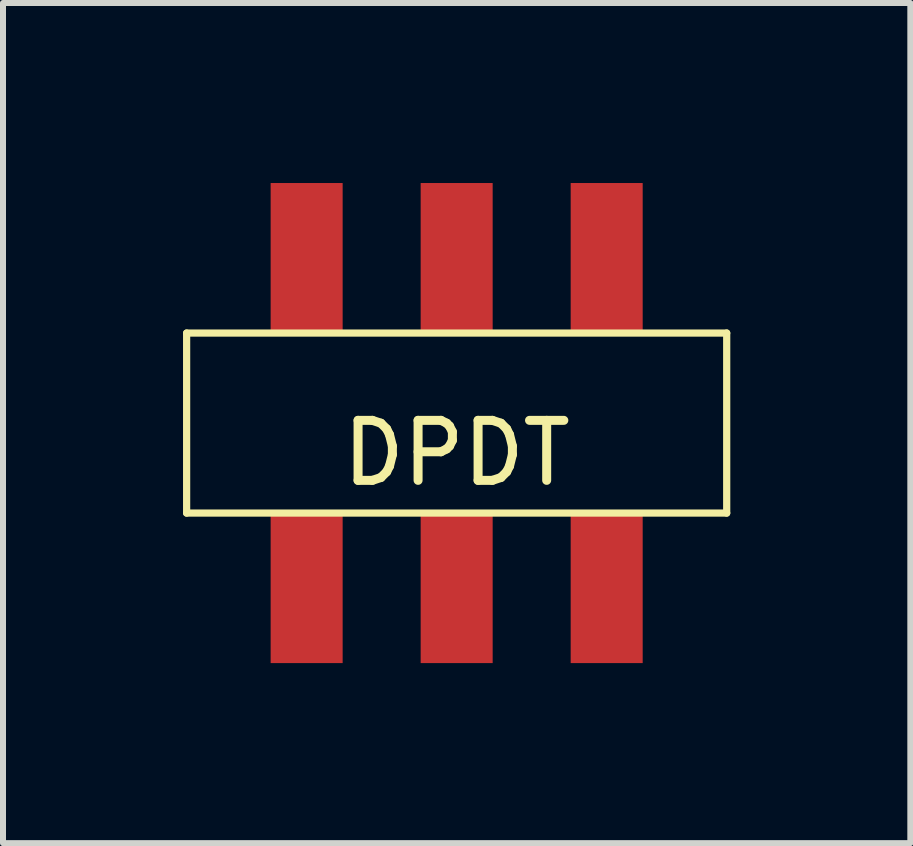
<source format=kicad_pcb>
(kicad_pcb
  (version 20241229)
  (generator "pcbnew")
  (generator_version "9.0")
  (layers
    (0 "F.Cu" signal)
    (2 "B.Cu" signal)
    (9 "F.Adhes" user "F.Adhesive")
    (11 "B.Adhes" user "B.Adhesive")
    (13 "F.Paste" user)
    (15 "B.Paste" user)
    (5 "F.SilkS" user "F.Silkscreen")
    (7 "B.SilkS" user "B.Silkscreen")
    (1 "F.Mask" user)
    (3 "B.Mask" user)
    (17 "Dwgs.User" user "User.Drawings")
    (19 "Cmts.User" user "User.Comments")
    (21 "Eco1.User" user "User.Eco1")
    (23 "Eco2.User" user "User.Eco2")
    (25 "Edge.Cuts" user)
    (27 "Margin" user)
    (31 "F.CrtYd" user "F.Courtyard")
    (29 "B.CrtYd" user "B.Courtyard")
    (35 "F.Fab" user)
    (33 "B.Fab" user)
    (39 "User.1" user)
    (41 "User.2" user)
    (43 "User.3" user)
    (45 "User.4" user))
  (footprint "DPDT"
    (layer "F.Cu")
    (at 4.56 4)
    (property "Reference" "DPDT" (at 0 0.5 0) (layer "F.SilkS") (effects (font (size 1 1) (thickness 0.15))))
    (attr through_hole)
    (fp_line (start -4.5 -1.5) (end -4.5 1.5) (stroke (width 0.12) (type solid)) (layer "F.SilkS"))
    (fp_line (start -4.5 -1.5) (end 4.5 -1.5) (stroke (width 0.12) (type solid)) (layer "F.SilkS"))
    (fp_line (start 4.5 -1.5) (end 4.5 1.5) (stroke (width 0.12) (type solid)) (layer "F.SilkS"))
    (fp_line (start 4.5 1.5) (end -4.5 1.5) (stroke (width 0.12) (type solid)) (layer "F.SilkS"))
    (pad "1" smd rect (at -2.5 -2.75) (size 1.2 2.5) (layers "F.Cu" "F.Mask"))
    (pad "1" smd rect (at -2.5 2.75) (size 1.2 2.5) (layers "F.Cu" "F.Mask"))
    (pad "2" smd rect (at 0 -2.75) (size 1.2 2.5) (layers "F.Cu" "F.Mask"))
    (pad "2" smd rect (at 0 2.75) (size 1.2 2.5) (layers "F.Cu" "F.Mask"))
    (pad "3" smd rect (at 2.5 -2.75) (size 1.2 2.5) (layers "F.Cu" "F.Mask"))
    (pad "3" smd rect (at 2.5 2.75) (size 1.2 2.5) (layers "F.Cu" "F.Mask")))
  (gr_rect
    (start -3 -3)
    (end 12.12 11)
    (stroke (width 0.1) (type default))
    (fill no)
    (layer "Edge.Cuts")))
</source>
